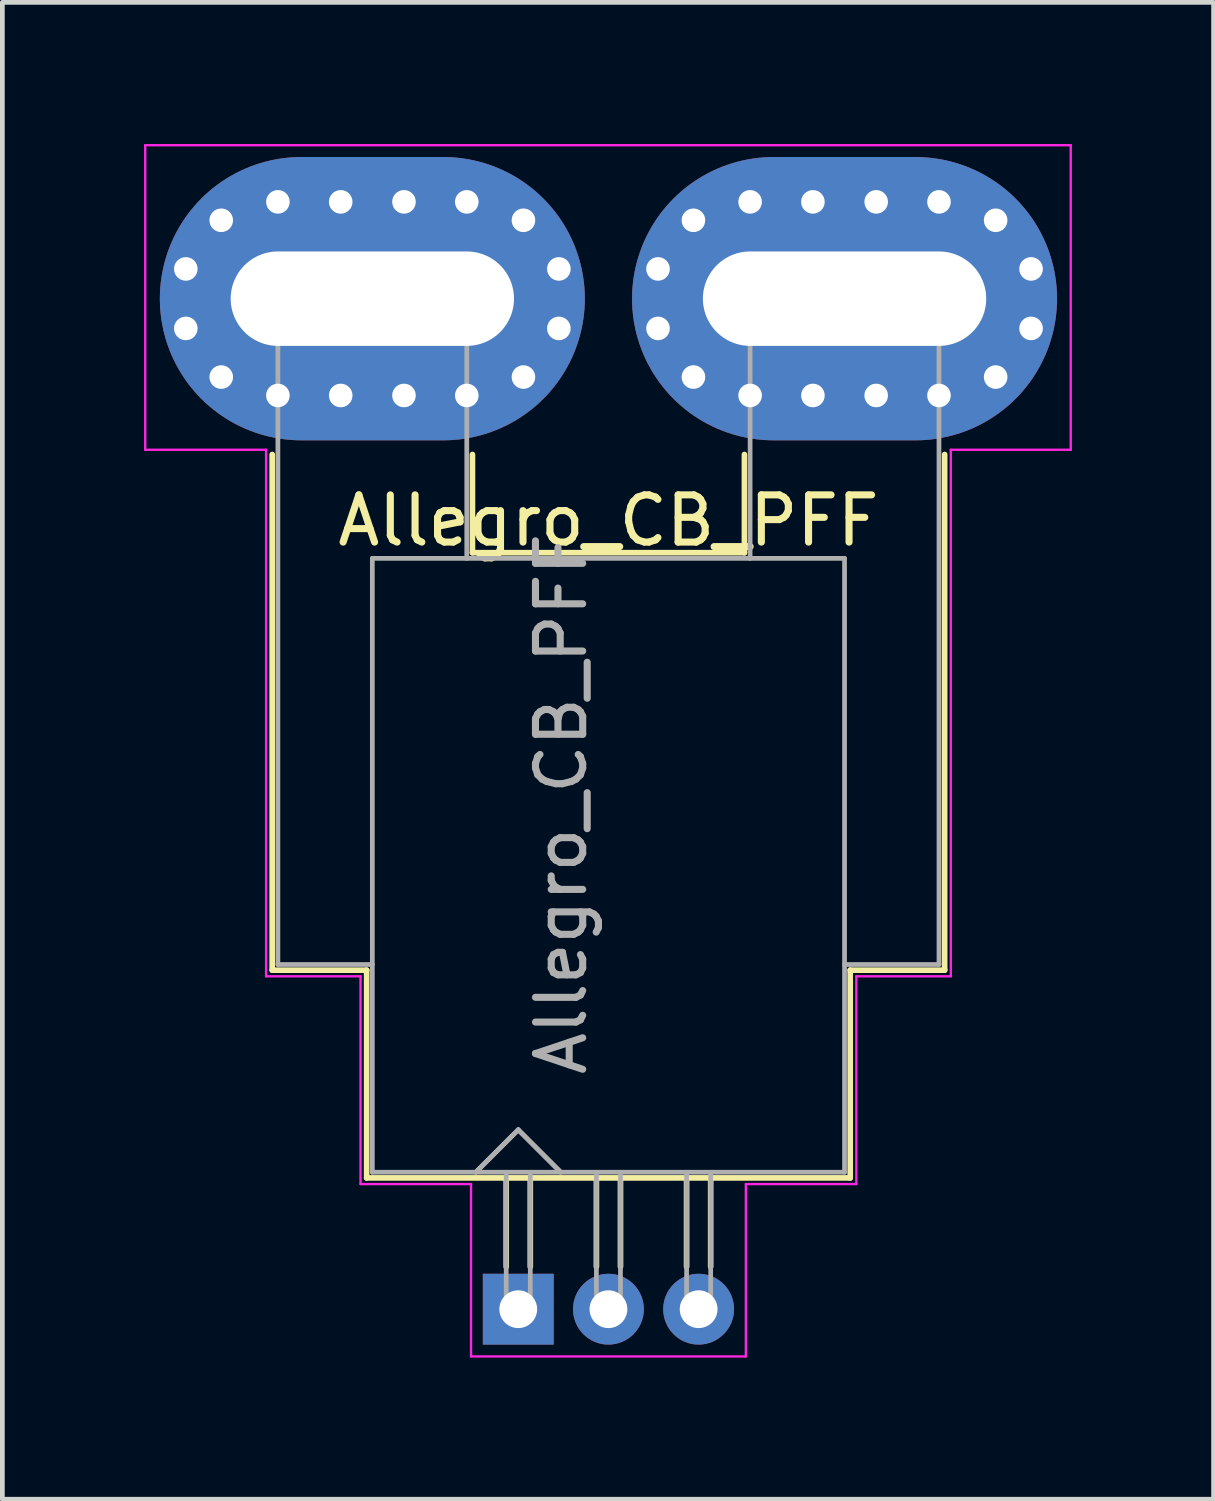
<source format=kicad_pcb>
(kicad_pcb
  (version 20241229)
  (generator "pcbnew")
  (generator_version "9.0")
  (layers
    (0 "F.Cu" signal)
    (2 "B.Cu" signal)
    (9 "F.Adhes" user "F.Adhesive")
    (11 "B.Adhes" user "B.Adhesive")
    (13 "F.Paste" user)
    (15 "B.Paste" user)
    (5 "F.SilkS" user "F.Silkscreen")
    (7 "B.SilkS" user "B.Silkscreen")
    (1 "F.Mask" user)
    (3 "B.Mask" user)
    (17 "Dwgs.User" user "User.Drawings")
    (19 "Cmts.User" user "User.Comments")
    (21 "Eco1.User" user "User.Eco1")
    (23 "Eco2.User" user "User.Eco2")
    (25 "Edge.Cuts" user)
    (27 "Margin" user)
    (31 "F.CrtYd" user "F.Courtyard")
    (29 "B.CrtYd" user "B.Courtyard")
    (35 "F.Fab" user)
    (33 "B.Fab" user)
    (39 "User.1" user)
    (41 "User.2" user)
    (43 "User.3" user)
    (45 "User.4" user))
  (footprint "Allegro_CB_PFF"
    (layer "F.Cu")
    (at 7.925 24.675)
    (property "Reference" "Allegro_CB_PFF" (at 1.91 -16.7 0) (layer "F.SilkS") (effects (font (size 1 1) (thickness 0.15))))
    (attr through_hole)
    (fp_line (start -5.21 -7.18) (end -5.21 -18.1) (stroke (width 0.12) (type solid)) (layer "F.SilkS"))
    (fp_line (start -3.21 -7.18) (end -5.21 -7.18) (stroke (width 0.12) (type solid)) (layer "F.SilkS"))
    (fp_line (start -3.21 -2.78) (end -3.21 -7.18) (stroke (width 0.12) (type solid)) (layer "F.SilkS"))
    (fp_line (start -0.97 -16.02) (end -0.97 -18.1) (stroke (width 0.12) (type solid)) (layer "F.SilkS"))
    (fp_line (start -0.97 -16.02) (end 4.79 -16.02) (stroke (width 0.12) (type solid)) (layer "F.SilkS"))
    (fp_line (start -0.255 -2.78) (end -0.255 -0.9) (stroke (width 0.12) (type solid)) (layer "F.SilkS"))
    (fp_line (start 0.255 -2.78) (end 0.255 -0.9) (stroke (width 0.12) (type solid)) (layer "F.SilkS"))
    (fp_line (start 1.655 -2.78) (end 1.655 -0.9) (stroke (width 0.12) (type solid)) (layer "F.SilkS"))
    (fp_line (start 2.165 -2.78) (end 2.165 -0.9) (stroke (width 0.12) (type solid)) (layer "F.SilkS"))
    (fp_line (start 3.565 -2.78) (end 3.565 -0.9) (stroke (width 0.12) (type solid)) (layer "F.SilkS"))
    (fp_line (start 4.075 -2.78) (end 4.075 -0.9) (stroke (width 0.12) (type solid)) (layer "F.SilkS"))
    (fp_line (start 4.79 -16.02) (end 4.79 -18.1) (stroke (width 0.12) (type solid)) (layer "F.SilkS"))
    (fp_line (start 7.03 -7.18) (end 9.03 -7.18) (stroke (width 0.12) (type solid)) (layer "F.SilkS"))
    (fp_line (start 7.03 -2.78) (end -3.21 -2.78) (stroke (width 0.12) (type solid)) (layer "F.SilkS"))
    (fp_line (start 7.03 -2.78) (end 7.03 -7.18) (stroke (width 0.12) (type solid)) (layer "F.SilkS"))
    (fp_line (start 9.03 -7.18) (end 9.03 -18.1) (stroke (width 0.12) (type solid)) (layer "F.SilkS"))
    (fp_line (start -7.9 -24.65) (end 11.7 -24.65) (stroke (width 0.05) (type solid)) (layer "F.CrtYd"))
    (fp_line (start -7.9 -18.2) (end -7.9 -24.65) (stroke (width 0.05) (type solid)) (layer "F.CrtYd"))
    (fp_line (start -7.9 -18.2) (end -5.34 -18.2) (stroke (width 0.05) (type solid)) (layer "F.CrtYd"))
    (fp_line (start -5.34 -7.05) (end -5.34 -18.2) (stroke (width 0.05) (type solid)) (layer "F.CrtYd"))
    (fp_line (start -3.34 -7.05) (end -5.34 -7.05) (stroke (width 0.05) (type solid)) (layer "F.CrtYd"))
    (fp_line (start -3.34 -7.05) (end -3.34 -2.65) (stroke (width 0.05) (type solid)) (layer "F.CrtYd"))
    (fp_line (start -1 -2.65) (end -3.34 -2.65) (stroke (width 0.05) (type solid)) (layer "F.CrtYd"))
    (fp_line (start -1 -2.65) (end -1 1) (stroke (width 0.05) (type solid)) (layer "F.CrtYd"))
    (fp_line (start 4.82 -2.65) (end 4.82 1) (stroke (width 0.05) (type solid)) (layer "F.CrtYd"))
    (fp_line (start 4.82 -2.65) (end 7.16 -2.65) (stroke (width 0.05) (type solid)) (layer "F.CrtYd"))
    (fp_line (start 4.82 1) (end -1 1) (stroke (width 0.05) (type solid)) (layer "F.CrtYd"))
    (fp_line (start 7.16 -7.05) (end 7.16 -2.65) (stroke (width 0.05) (type solid)) (layer "F.CrtYd"))
    (fp_line (start 7.16 -7.05) (end 9.16 -7.05) (stroke (width 0.05) (type solid)) (layer "F.CrtYd"))
    (fp_line (start 9.16 -18.2) (end 11.7 -18.2) (stroke (width 0.05) (type solid)) (layer "F.CrtYd"))
    (fp_line (start 9.16 -7.05) (end 9.16 -18.2) (stroke (width 0.05) (type solid)) (layer "F.CrtYd"))
    (fp_line (start 11.7 -24.65) (end 11.7 -18.2) (stroke (width 0.05) (type solid)) (layer "F.CrtYd"))
    (fp_line (start -5.09 -21.9) (end -1.09 -21.9) (stroke (width 0.1) (type solid)) (layer "F.Fab"))
    (fp_line (start -5.09 -7.3) (end -5.09 -21.9) (stroke (width 0.1) (type solid)) (layer "F.Fab"))
    (fp_line (start -5.09 -7.3) (end -3.09 -7.3) (stroke (width 0.1) (type solid)) (layer "F.Fab"))
    (fp_line (start -3.09 -15.9) (end -3.09 -2.9) (stroke (width 0.1) (type solid)) (layer "F.Fab"))
    (fp_line (start -3.09 -15.9) (end 6.91 -15.9) (stroke (width 0.1) (type solid)) (layer "F.Fab"))
    (fp_line (start -1.09 -15.9) (end -1.09 -21.9) (stroke (width 0.1) (type solid)) (layer "F.Fab"))
    (fp_line (start -0.9 -2.9) (end 0 -3.8) (stroke (width 0.1) (type solid)) (layer "F.Fab"))
    (fp_line (start -0.9 -2.9) (end 0 -3.8) (stroke (width 0.1) (type solid)) (layer "F.Fab"))
    (fp_line (start -0.255 -2.9) (end -0.255 0.19) (stroke (width 0.1) (type solid)) (layer "F.Fab"))
    (fp_line (start 0 -3.8) (end 0.9 -2.9) (stroke (width 0.1) (type solid)) (layer "F.Fab"))
    (fp_line (start 0 -3.8) (end 0.9 -2.9) (stroke (width 0.1) (type solid)) (layer "F.Fab"))
    (fp_line (start 0.255 -2.9) (end 0.255 0.19) (stroke (width 0.1) (type solid)) (layer "F.Fab"))
    (fp_line (start 1.655 -2.9) (end 1.655 0.19) (stroke (width 0.1) (type solid)) (layer "F.Fab"))
    (fp_line (start 2.165 -2.9) (end 2.165 0.19) (stroke (width 0.1) (type solid)) (layer "F.Fab"))
    (fp_line (start 3.565 -2.9) (end 3.565 0.19) (stroke (width 0.1) (type solid)) (layer "F.Fab"))
    (fp_line (start 4.075 -2.9) (end 4.075 0.19) (stroke (width 0.1) (type solid)) (layer "F.Fab"))
    (fp_line (start 4.91 -15.9) (end 4.91 -21.9) (stroke (width 0.1) (type solid)) (layer "F.Fab"))
    (fp_line (start 6.91 -15.9) (end 6.91 -2.9) (stroke (width 0.1) (type solid)) (layer "F.Fab"))
    (fp_line (start 6.91 -7.3) (end 8.91 -7.3) (stroke (width 0.1) (type solid)) (layer "F.Fab"))
    (fp_line (start 6.91 -2.9) (end -3.09 -2.9) (stroke (width 0.1) (type solid)) (layer "F.Fab"))
    (fp_line (start 8.91 -21.9) (end 4.91 -21.9) (stroke (width 0.1) (type solid)) (layer "F.Fab"))
    (fp_line (start 8.91 -7.3) (end 8.91 -21.9) (stroke (width 0.1) (type solid)) (layer "F.Fab"))
    (fp_text user "${REFERENCE}" (at 0.91 -10.7 90) (layer "F.Fab") (effects (font (size 1 1) (thickness 0.15))))
    (pad "1" thru_hole rect (at 0 0) (size 1.5 1.5) (drill 0.8) (layers "*.Cu" "*.Mask"))
    (pad "2" thru_hole circle (at 1.91 0) (size 1.5 1.5) (drill 0.8) (layers "*.Cu" "*.Mask"))
    (pad "3" thru_hole circle (at 3.82 0) (size 1.5 1.5) (drill 0.8) (layers "*.Cu" "*.Mask"))
    (pad "4" thru_hole oval (at 2.96 -22.03 65) (size 0.8 0.8) (drill 0.5) (layers "*.Cu" "*.Mask"))
    (pad "4" thru_hole oval (at 2.96 -20.77 295) (size 0.8 0.8) (drill 0.5) (layers "*.Cu" "*.Mask"))
    (pad "4" thru_hole circle (at 3.71 -23.06) (size 0.8 0.8) (drill 0.5) (layers "*.Cu" "*.Mask"))
    (pad "4" thru_hole circle (at 3.71 -19.74) (size 0.8 0.8) (drill 0.5) (layers "*.Cu" "*.Mask"))
    (pad "4" thru_hole circle (at 4.91 -23.45) (size 0.8 0.8) (drill 0.5) (layers "*.Cu" "*.Mask"))
    (pad "4" thru_hole circle (at 4.91 -19.35) (size 0.8 0.8) (drill 0.5) (layers "*.Cu" "*.Mask"))
    (pad "4" thru_hole circle (at 6.24 -23.45) (size 0.8 0.8) (drill 0.5) (layers "*.Cu" "*.Mask"))
    (pad "4" thru_hole circle (at 6.24 -19.35) (size 0.8 0.8) (drill 0.5) (layers "*.Cu" "*.Mask"))
    (pad "4" thru_hole oval (at 6.91 -21.4) (size 9 6) (drill oval 6 2) (layers "*.Cu" "*.Mask"))
    (pad "4" thru_hole circle (at 7.58 -23.45) (size 0.8 0.8) (drill 0.5) (layers "*.Cu" "*.Mask"))
    (pad "4" thru_hole circle (at 7.58 -19.35) (size 0.8 0.8) (drill 0.5) (layers "*.Cu" "*.Mask"))
    (pad "4" thru_hole circle (at 8.91 -23.45) (size 0.8 0.8) (drill 0.5) (layers "*.Cu" "*.Mask"))
    (pad "4" thru_hole circle (at 8.91 -19.35) (size 0.8 0.8) (drill 0.5) (layers "*.Cu" "*.Mask"))
    (pad "4" thru_hole circle (at 10.11 -23.06) (size 0.8 0.8) (drill 0.5) (layers "*.Cu" "*.Mask"))
    (pad "4" thru_hole circle (at 10.11 -19.74) (size 0.8 0.8) (drill 0.5) (layers "*.Cu" "*.Mask"))
    (pad "4" thru_hole circle (at 10.86 -22.03) (size 0.8 0.8) (drill 0.5) (layers "*.Cu" "*.Mask"))
    (pad "4" thru_hole circle (at 10.86 -20.77) (size 0.8 0.8) (drill 0.5) (layers "*.Cu" "*.Mask"))
    (pad "5" thru_hole circle (at -7.04 -22.03) (size 0.8 0.8) (drill 0.5) (layers "*.Cu" "*.Mask"))
    (pad "5" thru_hole circle (at -7.04 -20.77) (size 0.8 0.8) (drill 0.5) (layers "*.Cu" "*.Mask"))
    (pad "5" thru_hole circle (at -6.29 -23.06) (size 0.8 0.8) (drill 0.5) (layers "*.Cu" "*.Mask"))
    (pad "5" thru_hole circle (at -6.29 -19.74) (size 0.8 0.8) (drill 0.5) (layers "*.Cu" "*.Mask"))
    (pad "5" thru_hole circle (at -5.09 -23.45) (size 0.8 0.8) (drill 0.5) (layers "*.Cu" "*.Mask"))
    (pad "5" thru_hole circle (at -5.09 -19.35) (size 0.8 0.8) (drill 0.5) (layers "*.Cu" "*.Mask"))
    (pad "5" thru_hole circle (at -3.76 -23.45) (size 0.8 0.8) (drill 0.5) (layers "*.Cu" "*.Mask"))
    (pad "5" thru_hole circle (at -3.76 -19.35) (size 0.8 0.8) (drill 0.5) (layers "*.Cu" "*.Mask"))
    (pad "5" thru_hole oval (at -3.09 -21.4) (size 9 6) (drill oval 6 2) (layers "*.Cu" "*.Mask"))
    (pad "5" thru_hole circle (at -2.42 -23.45) (size 0.8 0.8) (drill 0.5) (layers "*.Cu" "*.Mask"))
    (pad "5" thru_hole circle (at -2.42 -19.35) (size 0.8 0.8) (drill 0.5) (layers "*.Cu" "*.Mask"))
    (pad "5" thru_hole circle (at -1.09 -23.45) (size 0.8 0.8) (drill 0.5) (layers "*.Cu" "*.Mask"))
    (pad "5" thru_hole circle (at -1.09 -19.35) (size 0.8 0.8) (drill 0.5) (layers "*.Cu" "*.Mask"))
    (pad "5" thru_hole circle (at 0.11 -23.06) (size 0.8 0.8) (drill 0.5) (layers "*.Cu" "*.Mask"))
    (pad "5" thru_hole circle (at 0.11 -19.74) (size 0.8 0.8) (drill 0.5) (layers "*.Cu" "*.Mask"))
    (pad "5" thru_hole oval (at 0.86 -22.03 295) (size 0.8 0.8) (drill 0.5) (layers "*.Cu" "*.Mask"))
    (pad "5" thru_hole oval (at 0.86 -20.77 65) (size 0.8 0.8) (drill 0.5) (layers "*.Cu" "*.Mask")))
  (gr_rect
    (start -3 -3)
    (end 22.65 28.7)
    (stroke (width 0.1) (type default))
    (fill no)
    (layer "Edge.Cuts")))
</source>
